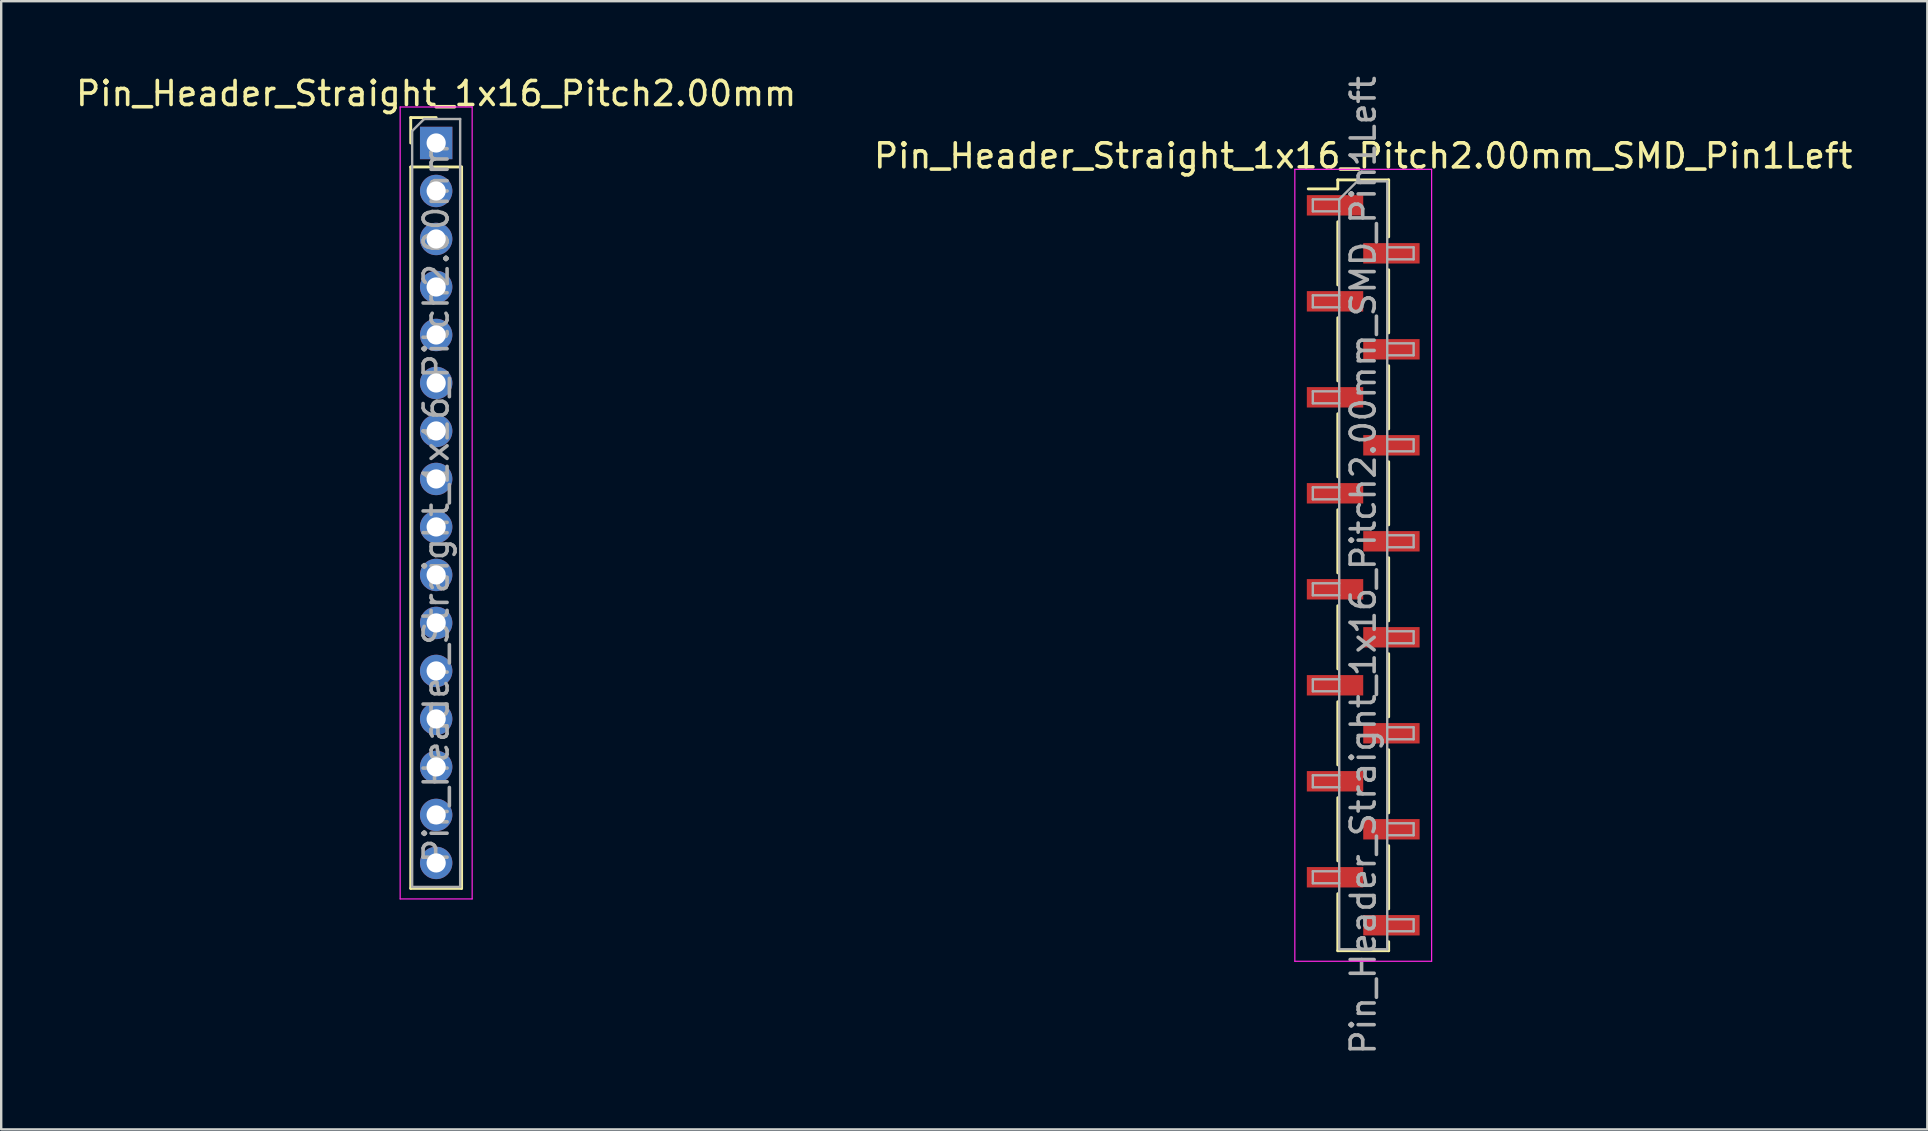
<source format=kicad_pcb>
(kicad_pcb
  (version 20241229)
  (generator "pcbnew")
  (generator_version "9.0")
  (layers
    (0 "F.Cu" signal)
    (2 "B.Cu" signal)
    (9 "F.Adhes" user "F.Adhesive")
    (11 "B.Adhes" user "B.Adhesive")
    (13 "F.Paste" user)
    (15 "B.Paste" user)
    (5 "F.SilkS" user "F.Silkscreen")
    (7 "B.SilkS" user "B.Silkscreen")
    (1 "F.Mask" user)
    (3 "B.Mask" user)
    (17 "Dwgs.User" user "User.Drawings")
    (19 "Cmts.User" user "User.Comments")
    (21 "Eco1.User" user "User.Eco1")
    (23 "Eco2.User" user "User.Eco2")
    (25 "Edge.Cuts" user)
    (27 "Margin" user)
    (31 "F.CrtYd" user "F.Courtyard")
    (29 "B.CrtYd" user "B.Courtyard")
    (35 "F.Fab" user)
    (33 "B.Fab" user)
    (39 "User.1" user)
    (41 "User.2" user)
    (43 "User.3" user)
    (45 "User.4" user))
  (footprint "Pin_Header_Straight_1x16_Pitch2.00mm_SMD_Pin1Left"
    (layer "F.Cu")
    (at 53.756 20.506)
    (property "Reference" "Pin_Header_Straight_1x16_Pitch2.00mm_SMD_Pin1Left" (at 0 -17.06 0) (layer "F.SilkS") (effects (font (size 1 1) (thickness 0.15))))
    (attr smd)
    (fp_line (start -1.06 -16.06) (end -1.06 -15.685) (stroke (width 0.12) (type solid)) (layer "F.SilkS"))
    (fp_line (start -1.06 -16.06) (end 1.06 -16.06) (stroke (width 0.12) (type solid)) (layer "F.SilkS"))
    (fp_line (start -1.06 -15.685) (end -2.29 -15.685) (stroke (width 0.12) (type solid)) (layer "F.SilkS"))
    (fp_line (start -1.06 -14.315) (end -1.06 -11.685) (stroke (width 0.12) (type solid)) (layer "F.SilkS"))
    (fp_line (start -1.06 -10.315) (end -1.06 -7.685) (stroke (width 0.12) (type solid)) (layer "F.SilkS"))
    (fp_line (start -1.06 -6.315) (end -1.06 -3.685) (stroke (width 0.12) (type solid)) (layer "F.SilkS"))
    (fp_line (start -1.06 -2.315) (end -1.06 0.315) (stroke (width 0.12) (type solid)) (layer "F.SilkS"))
    (fp_line (start -1.06 1.685) (end -1.06 4.315) (stroke (width 0.12) (type solid)) (layer "F.SilkS"))
    (fp_line (start -1.06 5.685) (end -1.06 8.315) (stroke (width 0.12) (type solid)) (layer "F.SilkS"))
    (fp_line (start -1.06 9.685) (end -1.06 12.315) (stroke (width 0.12) (type solid)) (layer "F.SilkS"))
    (fp_line (start -1.06 13.685) (end -1.06 16.06) (stroke (width 0.12) (type solid)) (layer "F.SilkS"))
    (fp_line (start -1.06 16.06) (end 1.06 16.06) (stroke (width 0.12) (type solid)) (layer "F.SilkS"))
    (fp_line (start 1.06 -16.06) (end 1.06 -13.685) (stroke (width 0.12) (type solid)) (layer "F.SilkS"))
    (fp_line (start 1.06 -12.315) (end 1.06 -9.685) (stroke (width 0.12) (type solid)) (layer "F.SilkS"))
    (fp_line (start 1.06 -8.315) (end 1.06 -5.685) (stroke (width 0.12) (type solid)) (layer "F.SilkS"))
    (fp_line (start 1.06 -4.315) (end 1.06 -1.685) (stroke (width 0.12) (type solid)) (layer "F.SilkS"))
    (fp_line (start 1.06 -0.315) (end 1.06 2.315) (stroke (width 0.12) (type solid)) (layer "F.SilkS"))
    (fp_line (start 1.06 3.685) (end 1.06 6.315) (stroke (width 0.12) (type solid)) (layer "F.SilkS"))
    (fp_line (start 1.06 7.685) (end 1.06 10.315) (stroke (width 0.12) (type solid)) (layer "F.SilkS"))
    (fp_line (start 1.06 11.685) (end 1.06 14.315) (stroke (width 0.12) (type solid)) (layer "F.SilkS"))
    (fp_line (start 1.06 15.685) (end 1.06 16.06) (stroke (width 0.12) (type solid)) (layer "F.SilkS"))
    (fp_line (start -2.85 -16.5) (end -2.85 16.5) (stroke (width 0.05) (type solid)) (layer "F.CrtYd"))
    (fp_line (start -2.85 16.5) (end 2.85 16.5) (stroke (width 0.05) (type solid)) (layer "F.CrtYd"))
    (fp_line (start 2.85 -16.5) (end -2.85 -16.5) (stroke (width 0.05) (type solid)) (layer "F.CrtYd"))
    (fp_line (start 2.85 16.5) (end 2.85 -16.5) (stroke (width 0.05) (type solid)) (layer "F.CrtYd"))
    (fp_line (start -2.1 -15.25) (end -2.1 -14.75) (stroke (width 0.1) (type solid)) (layer "F.Fab"))
    (fp_line (start -2.1 -14.75) (end -1 -14.75) (stroke (width 0.1) (type solid)) (layer "F.Fab"))
    (fp_line (start -2.1 -11.25) (end -2.1 -10.75) (stroke (width 0.1) (type solid)) (layer "F.Fab"))
    (fp_line (start -2.1 -10.75) (end -1 -10.75) (stroke (width 0.1) (type solid)) (layer "F.Fab"))
    (fp_line (start -2.1 -7.25) (end -2.1 -6.75) (stroke (width 0.1) (type solid)) (layer "F.Fab"))
    (fp_line (start -2.1 -6.75) (end -1 -6.75) (stroke (width 0.1) (type solid)) (layer "F.Fab"))
    (fp_line (start -2.1 -3.25) (end -2.1 -2.75) (stroke (width 0.1) (type solid)) (layer "F.Fab"))
    (fp_line (start -2.1 -2.75) (end -1 -2.75) (stroke (width 0.1) (type solid)) (layer "F.Fab"))
    (fp_line (start -2.1 0.75) (end -2.1 1.25) (stroke (width 0.1) (type solid)) (layer "F.Fab"))
    (fp_line (start -2.1 1.25) (end -1 1.25) (stroke (width 0.1) (type solid)) (layer "F.Fab"))
    (fp_line (start -2.1 4.75) (end -2.1 5.25) (stroke (width 0.1) (type solid)) (layer "F.Fab"))
    (fp_line (start -2.1 5.25) (end -1 5.25) (stroke (width 0.1) (type solid)) (layer "F.Fab"))
    (fp_line (start -2.1 8.75) (end -2.1 9.25) (stroke (width 0.1) (type solid)) (layer "F.Fab"))
    (fp_line (start -2.1 9.25) (end -1 9.25) (stroke (width 0.1) (type solid)) (layer "F.Fab"))
    (fp_line (start -2.1 12.75) (end -2.1 13.25) (stroke (width 0.1) (type solid)) (layer "F.Fab"))
    (fp_line (start -2.1 13.25) (end -1 13.25) (stroke (width 0.1) (type solid)) (layer "F.Fab"))
    (fp_line (start -1 -15.25) (end -2.1 -15.25) (stroke (width 0.1) (type solid)) (layer "F.Fab"))
    (fp_line (start -1 -15.25) (end -0.25 -16) (stroke (width 0.1) (type solid)) (layer "F.Fab"))
    (fp_line (start -1 -11.25) (end -2.1 -11.25) (stroke (width 0.1) (type solid)) (layer "F.Fab"))
    (fp_line (start -1 -7.25) (end -2.1 -7.25) (stroke (width 0.1) (type solid)) (layer "F.Fab"))
    (fp_line (start -1 -3.25) (end -2.1 -3.25) (stroke (width 0.1) (type solid)) (layer "F.Fab"))
    (fp_line (start -1 0.75) (end -2.1 0.75) (stroke (width 0.1) (type solid)) (layer "F.Fab"))
    (fp_line (start -1 4.75) (end -2.1 4.75) (stroke (width 0.1) (type solid)) (layer "F.Fab"))
    (fp_line (start -1 8.75) (end -2.1 8.75) (stroke (width 0.1) (type solid)) (layer "F.Fab"))
    (fp_line (start -1 12.75) (end -2.1 12.75) (stroke (width 0.1) (type solid)) (layer "F.Fab"))
    (fp_line (start -1 16) (end -1 -15.25) (stroke (width 0.1) (type solid)) (layer "F.Fab"))
    (fp_line (start -0.25 -16) (end 1 -16) (stroke (width 0.1) (type solid)) (layer "F.Fab"))
    (fp_line (start 1 -16) (end 1 16) (stroke (width 0.1) (type solid)) (layer "F.Fab"))
    (fp_line (start 1 -13.25) (end 2.1 -13.25) (stroke (width 0.1) (type solid)) (layer "F.Fab"))
    (fp_line (start 1 -9.25) (end 2.1 -9.25) (stroke (width 0.1) (type solid)) (layer "F.Fab"))
    (fp_line (start 1 -5.25) (end 2.1 -5.25) (stroke (width 0.1) (type solid)) (layer "F.Fab"))
    (fp_line (start 1 -1.25) (end 2.1 -1.25) (stroke (width 0.1) (type solid)) (layer "F.Fab"))
    (fp_line (start 1 2.75) (end 2.1 2.75) (stroke (width 0.1) (type solid)) (layer "F.Fab"))
    (fp_line (start 1 6.75) (end 2.1 6.75) (stroke (width 0.1) (type solid)) (layer "F.Fab"))
    (fp_line (start 1 10.75) (end 2.1 10.75) (stroke (width 0.1) (type solid)) (layer "F.Fab"))
    (fp_line (start 1 14.75) (end 2.1 14.75) (stroke (width 0.1) (type solid)) (layer "F.Fab"))
    (fp_line (start 1 16) (end -1 16) (stroke (width 0.1) (type solid)) (layer "F.Fab"))
    (fp_line (start 2.1 -13.25) (end 2.1 -12.75) (stroke (width 0.1) (type solid)) (layer "F.Fab"))
    (fp_line (start 2.1 -12.75) (end 1 -12.75) (stroke (width 0.1) (type solid)) (layer "F.Fab"))
    (fp_line (start 2.1 -9.25) (end 2.1 -8.75) (stroke (width 0.1) (type solid)) (layer "F.Fab"))
    (fp_line (start 2.1 -8.75) (end 1 -8.75) (stroke (width 0.1) (type solid)) (layer "F.Fab"))
    (fp_line (start 2.1 -5.25) (end 2.1 -4.75) (stroke (width 0.1) (type solid)) (layer "F.Fab"))
    (fp_line (start 2.1 -4.75) (end 1 -4.75) (stroke (width 0.1) (type solid)) (layer "F.Fab"))
    (fp_line (start 2.1 -1.25) (end 2.1 -0.75) (stroke (width 0.1) (type solid)) (layer "F.Fab"))
    (fp_line (start 2.1 -0.75) (end 1 -0.75) (stroke (width 0.1) (type solid)) (layer "F.Fab"))
    (fp_line (start 2.1 2.75) (end 2.1 3.25) (stroke (width 0.1) (type solid)) (layer "F.Fab"))
    (fp_line (start 2.1 3.25) (end 1 3.25) (stroke (width 0.1) (type solid)) (layer "F.Fab"))
    (fp_line (start 2.1 6.75) (end 2.1 7.25) (stroke (width 0.1) (type solid)) (layer "F.Fab"))
    (fp_line (start 2.1 7.25) (end 1 7.25) (stroke (width 0.1) (type solid)) (layer "F.Fab"))
    (fp_line (start 2.1 10.75) (end 2.1 11.25) (stroke (width 0.1) (type solid)) (layer "F.Fab"))
    (fp_line (start 2.1 11.25) (end 1 11.25) (stroke (width 0.1) (type solid)) (layer "F.Fab"))
    (fp_line (start 2.1 14.75) (end 2.1 15.25) (stroke (width 0.1) (type solid)) (layer "F.Fab"))
    (fp_line (start 2.1 15.25) (end 1 15.25) (stroke (width 0.1) (type solid)) (layer "F.Fab"))
    (fp_text user "${REFERENCE}" (at 0 0 90) (layer "F.Fab") (effects (font (size 1 1) (thickness 0.15))))
    (pad "1" smd rect (at -1.175 -15) (size 2.35 0.85) (layers "F.Cu" "F.Mask" "F.Paste"))
    (pad "2" smd rect (at 1.175 -13) (size 2.35 0.85) (layers "F.Cu" "F.Mask" "F.Paste"))
    (pad "3" smd rect (at -1.175 -11) (size 2.35 0.85) (layers "F.Cu" "F.Mask" "F.Paste"))
    (pad "4" smd rect (at 1.175 -9) (size 2.35 0.85) (layers "F.Cu" "F.Mask" "F.Paste"))
    (pad "5" smd rect (at -1.175 -7) (size 2.35 0.85) (layers "F.Cu" "F.Mask" "F.Paste"))
    (pad "6" smd rect (at 1.175 -5) (size 2.35 0.85) (layers "F.Cu" "F.Mask" "F.Paste"))
    (pad "7" smd rect (at -1.175 -3) (size 2.35 0.85) (layers "F.Cu" "F.Mask" "F.Paste"))
    (pad "8" smd rect (at 1.175 -1) (size 2.35 0.85) (layers "F.Cu" "F.Mask" "F.Paste"))
    (pad "9" smd rect (at -1.175 1) (size 2.35 0.85) (layers "F.Cu" "F.Mask" "F.Paste"))
    (pad "10" smd rect (at 1.175 3) (size 2.35 0.85) (layers "F.Cu" "F.Mask" "F.Paste"))
    (pad "11" smd rect (at -1.175 5) (size 2.35 0.85) (layers "F.Cu" "F.Mask" "F.Paste"))
    (pad "12" smd rect (at 1.175 7) (size 2.35 0.85) (layers "F.Cu" "F.Mask" "F.Paste"))
    (pad "13" smd rect (at -1.175 9) (size 2.35 0.85) (layers "F.Cu" "F.Mask" "F.Paste"))
    (pad "14" smd rect (at 1.175 11) (size 2.35 0.85) (layers "F.Cu" "F.Mask" "F.Paste"))
    (pad "15" smd rect (at -1.175 13) (size 2.35 0.85) (layers "F.Cu" "F.Mask" "F.Paste"))
    (pad "16" smd rect (at 1.175 15) (size 2.35 0.85) (layers "F.Cu" "F.Mask" "F.Paste")))
  (footprint "Pin_Header_Straight_1x16_Pitch2.00mm"
    (layer "F.Cu")
    (at 15.125 2.908)
    (property "Reference" "Pin_Header_Straight_1x16_Pitch2.00mm" (at 0 -2.06 0) (layer "F.SilkS") (effects (font (size 1 1) (thickness 0.15))))
    (attr through_hole)
    (fp_line (start -1.06 -1.06) (end 0 -1.06) (stroke (width 0.12) (type solid)) (layer "F.SilkS"))
    (fp_line (start -1.06 0) (end -1.06 -1.06) (stroke (width 0.12) (type solid)) (layer "F.SilkS"))
    (fp_line (start -1.06 1) (end -1.06 31.06) (stroke (width 0.12) (type solid)) (layer "F.SilkS"))
    (fp_line (start -1.06 1) (end 1.06 1) (stroke (width 0.12) (type solid)) (layer "F.SilkS"))
    (fp_line (start -1.06 31.06) (end 1.06 31.06) (stroke (width 0.12) (type solid)) (layer "F.SilkS"))
    (fp_line (start 1.06 1) (end 1.06 31.06) (stroke (width 0.12) (type solid)) (layer "F.SilkS"))
    (fp_line (start -1.5 -1.5) (end -1.5 31.5) (stroke (width 0.05) (type solid)) (layer "F.CrtYd"))
    (fp_line (start -1.5 31.5) (end 1.5 31.5) (stroke (width 0.05) (type solid)) (layer "F.CrtYd"))
    (fp_line (start 1.5 -1.5) (end -1.5 -1.5) (stroke (width 0.05) (type solid)) (layer "F.CrtYd"))
    (fp_line (start 1.5 31.5) (end 1.5 -1.5) (stroke (width 0.05) (type solid)) (layer "F.CrtYd"))
    (fp_line (start -1 -0.5) (end -0.5 -1) (stroke (width 0.1) (type solid)) (layer "F.Fab"))
    (fp_line (start -1 31) (end -1 -0.5) (stroke (width 0.1) (type solid)) (layer "F.Fab"))
    (fp_line (start -0.5 -1) (end 1 -1) (stroke (width 0.1) (type solid)) (layer "F.Fab"))
    (fp_line (start 1 -1) (end 1 31) (stroke (width 0.1) (type solid)) (layer "F.Fab"))
    (fp_line (start 1 31) (end -1 31) (stroke (width 0.1) (type solid)) (layer "F.Fab"))
    (fp_text user "${REFERENCE}" (at 0 15 90) (layer "F.Fab") (effects (font (size 1 1) (thickness 0.15))))
    (pad "1" thru_hole rect (at 0 0) (size 1.35 1.35) (drill 0.8) (layers "*.Cu" "*.Mask"))
    (pad "2" thru_hole oval (at 0 2) (size 1.35 1.35) (drill 0.8) (layers "*.Cu" "*.Mask"))
    (pad "3" thru_hole oval (at 0 4) (size 1.35 1.35) (drill 0.8) (layers "*.Cu" "*.Mask"))
    (pad "4" thru_hole oval (at 0 6) (size 1.35 1.35) (drill 0.8) (layers "*.Cu" "*.Mask"))
    (pad "5" thru_hole oval (at 0 8) (size 1.35 1.35) (drill 0.8) (layers "*.Cu" "*.Mask"))
    (pad "6" thru_hole oval (at 0 10) (size 1.35 1.35) (drill 0.8) (layers "*.Cu" "*.Mask"))
    (pad "7" thru_hole oval (at 0 12) (size 1.35 1.35) (drill 0.8) (layers "*.Cu" "*.Mask"))
    (pad "8" thru_hole oval (at 0 14) (size 1.35 1.35) (drill 0.8) (layers "*.Cu" "*.Mask"))
    (pad "9" thru_hole oval (at 0 16) (size 1.35 1.35) (drill 0.8) (layers "*.Cu" "*.Mask"))
    (pad "10" thru_hole oval (at 0 18) (size 1.35 1.35) (drill 0.8) (layers "*.Cu" "*.Mask"))
    (pad "11" thru_hole oval (at 0 20) (size 1.35 1.35) (drill 0.8) (layers "*.Cu" "*.Mask"))
    (pad "12" thru_hole oval (at 0 22) (size 1.35 1.35) (drill 0.8) (layers "*.Cu" "*.Mask"))
    (pad "13" thru_hole oval (at 0 24) (size 1.35 1.35) (drill 0.8) (layers "*.Cu" "*.Mask"))
    (pad "14" thru_hole oval (at 0 26) (size 1.35 1.35) (drill 0.8) (layers "*.Cu" "*.Mask"))
    (pad "15" thru_hole oval (at 0 28) (size 1.35 1.35) (drill 0.8) (layers "*.Cu" "*.Mask"))
    (pad "16" thru_hole oval (at 0 30) (size 1.35 1.35) (drill 0.8) (layers "*.Cu" "*.Mask")))
  (gr_rect
    (start -3 -3)
    (end 77.262 44.012)
    (stroke (width 0.1) (type default))
    (fill no)
    (layer "Edge.Cuts")))
</source>
